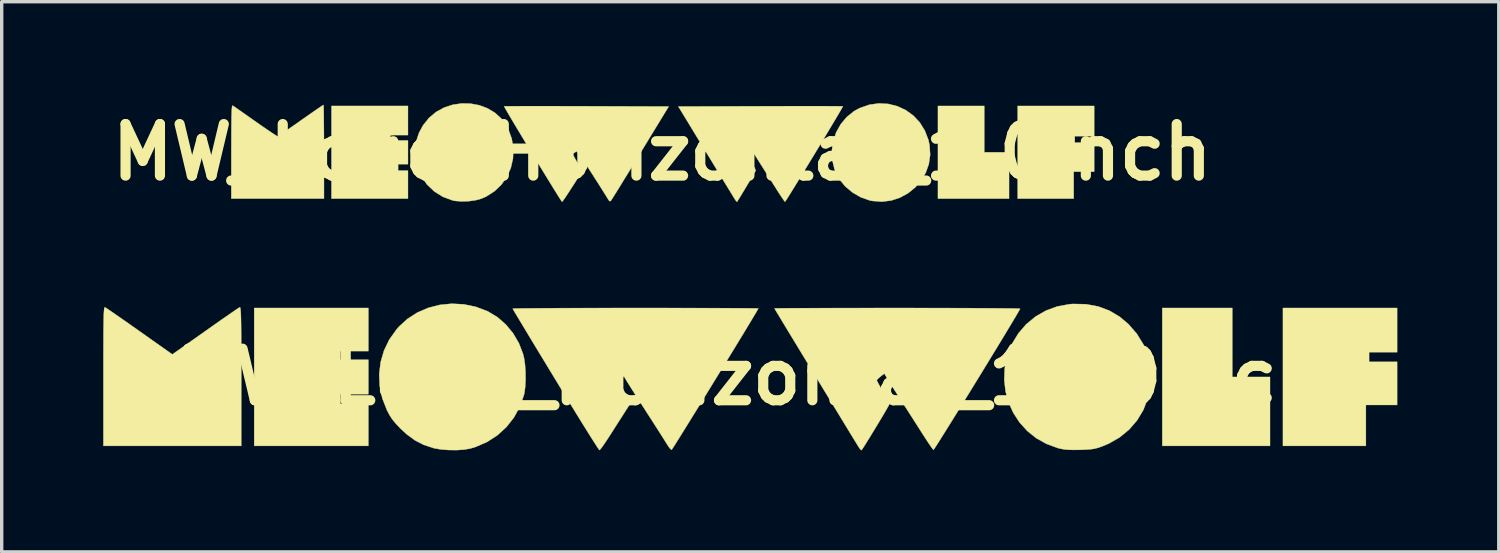
<source format=kicad_pcb>
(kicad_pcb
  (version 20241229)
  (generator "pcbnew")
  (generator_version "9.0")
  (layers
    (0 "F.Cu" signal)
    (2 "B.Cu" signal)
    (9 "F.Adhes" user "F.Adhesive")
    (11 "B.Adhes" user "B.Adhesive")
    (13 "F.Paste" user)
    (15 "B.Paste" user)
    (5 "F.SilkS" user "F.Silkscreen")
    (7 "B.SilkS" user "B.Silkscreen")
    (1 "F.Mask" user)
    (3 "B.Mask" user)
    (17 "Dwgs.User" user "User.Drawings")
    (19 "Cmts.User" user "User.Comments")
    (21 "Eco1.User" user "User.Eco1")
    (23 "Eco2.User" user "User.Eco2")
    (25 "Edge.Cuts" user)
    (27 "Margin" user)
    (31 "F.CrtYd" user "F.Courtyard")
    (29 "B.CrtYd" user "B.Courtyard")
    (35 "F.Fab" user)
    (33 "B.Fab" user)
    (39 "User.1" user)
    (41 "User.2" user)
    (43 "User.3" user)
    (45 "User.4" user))
  (footprint "MW_Logo_Horizontal_1.50inch"
    (layer "F.Cu")
    (at 19.103 8.088)
    (property "Reference" "MW_Logo_Horizontal_1.50inch" (at 0 0 0) (layer "F.SilkS") (effects (font (size 1.524 1.524) (thickness 0.3))))
    (attr through_hole)
    (fp_poly (pts (xy 14.26 0) (xy 15.374 0) (xy 15.374 2.037) (xy 12.191 2.037) (xy 12.191 -2.037) (xy 14.26 -2.037) (xy 14.26 0)) (stroke (width 0.01) (type solid)) (fill yes) (layer "F.SilkS"))
    (fp_poly (pts (xy 19.13 -0.732) (xy 18.302 -0.732) (xy 18.302 -0.446) (xy 19.13 -0.446) (xy 19.13 0.828) (xy 18.207 0.828) (xy 18.207 2.037) (xy 15.756 2.037) (xy 15.756 -2.037) (xy 19.13 -2.037) (xy 19.13 -0.732)) (stroke (width 0.01) (type solid)) (fill yes) (layer "F.SilkS"))
    (fp_poly (pts (xy -11.268 -0.764) (xy -12.095 -0.764) (xy -12.095 -0.509) (xy -11.268 -0.509) (xy -11.268 0.509) (xy -12.095 0.509) (xy -12.095 0.796) (xy -11.268 0.796) (xy -11.268 2.037) (xy -14.642 2.037) (xy -14.642 -2.037) (xy -11.268 -2.037) (xy -11.268 -0.764)) (stroke (width 0.01) (type solid)) (fill yes) (layer "F.SilkS"))
    (fp_poly (pts (xy -15.06 -2.055) (xy -15.052 -2.036) (xy -15.046 -1.996) (xy -15.04 -1.931) (xy -15.035 -1.837) (xy -15.032 -1.709) (xy -15.029 -1.543) (xy -15.027 -1.335) (xy -15.025 -1.08) (xy -15.024 -0.774) (xy -15.024 -0.413) (xy -15.024 -0.019) (xy -15.024 2.037) (xy -19.098 2.037) (xy -19.098 -0.019) (xy -19.098 -0.436) (xy -19.097 -0.794) (xy -19.096 -1.097) (xy -19.095 -1.348) (xy -19.092 -1.554) (xy -19.09 -1.718) (xy -19.086 -1.843) (xy -19.081 -1.936) (xy -19.075 -1.999) (xy -19.069 -2.038) (xy -19.06 -2.056) (xy -19.052 -2.058) (xy -19.016 -2.036) (xy -18.934 -1.982) (xy -18.813 -1.899) (xy -18.658 -1.791) (xy -18.475 -1.664) (xy -18.27 -1.52) (xy -18.05 -1.365) (xy -18.033 -1.353) (xy -17.061 -0.666) (xy -16.088 -1.353) (xy -15.867 -1.509) (xy -15.661 -1.654) (xy -15.476 -1.782) (xy -15.319 -1.891) (xy -15.195 -1.976) (xy -15.11 -2.033) (xy -15.071 -2.058) (xy -15.07 -2.058) (xy -15.06 -2.055)) (stroke (width 0.01) (type solid)) (fill yes) (layer "F.SilkS"))
    (fp_poly (pts (xy 9.938 -2.149) (xy 10.296 -2.083) (xy 10.628 -1.959) (xy 10.933 -1.778) (xy 11.192 -1.56) (xy 11.438 -1.276) (xy 11.63 -0.965) (xy 11.765 -0.632) (xy 11.841 -0.282) (xy 11.857 0.079) (xy 11.842 0.261) (xy 11.764 0.632) (xy 11.632 0.974) (xy 11.447 1.282) (xy 11.213 1.553) (xy 10.933 1.784) (xy 10.61 1.969) (xy 10.428 2.046) (xy 10.31 2.088) (xy 10.208 2.116) (xy 10.103 2.134) (xy 9.975 2.145) (xy 9.807 2.152) (xy 9.756 2.154) (xy 9.561 2.156) (xy 9.411 2.152) (xy 9.288 2.14) (xy 9.172 2.118) (xy 9.108 2.102) (xy 8.77 1.979) (xy 8.465 1.808) (xy 8.199 1.594) (xy 7.972 1.343) (xy 7.789 1.061) (xy 7.65 0.754) (xy 7.56 0.429) (xy 7.521 0.09) (xy 7.535 -0.255) (xy 7.604 -0.601) (xy 7.733 -0.942) (xy 7.75 -0.978) (xy 7.939 -1.289) (xy 8.172 -1.559) (xy 8.446 -1.784) (xy 8.753 -1.96) (xy 9.088 -2.083) (xy 9.446 -2.149) (xy 9.552 -2.157) (xy 9.938 -2.149)) (stroke (width 0.01) (type solid)) (fill yes) (layer "F.SilkS"))
    (fp_poly (pts (xy -8.45 -2.146) (xy -8.095 -2.073) (xy -7.752 -1.943) (xy -7.735 -1.935) (xy -7.455 -1.767) (xy -7.205 -1.548) (xy -6.991 -1.289) (xy -6.82 -0.998) (xy -6.7 -0.686) (xy -6.668 -0.557) (xy -6.641 -0.372) (xy -6.625 -0.156) (xy -6.623 0.07) (xy -6.633 0.283) (xy -6.656 0.465) (xy -6.669 0.526) (xy -6.791 0.877) (xy -6.966 1.197) (xy -7.189 1.481) (xy -7.456 1.724) (xy -7.76 1.921) (xy -8.098 2.068) (xy -8.259 2.116) (xy -8.444 2.148) (xy -8.667 2.162) (xy -8.905 2.159) (xy -9.136 2.14) (xy -9.337 2.104) (xy -9.351 2.1) (xy -9.637 2.005) (xy -9.892 1.873) (xy -10.134 1.696) (xy -10.314 1.53) (xy -10.452 1.385) (xy -10.555 1.261) (xy -10.637 1.137) (xy -10.713 0.995) (xy -10.717 0.987) (xy -10.855 0.636) (xy -10.931 0.278) (xy -10.948 -0.082) (xy -10.906 -0.436) (xy -10.806 -0.779) (xy -10.649 -1.105) (xy -10.435 -1.406) (xy -10.371 -1.48) (xy -10.114 -1.715) (xy -9.821 -1.903) (xy -9.501 -2.041) (xy -9.16 -2.129) (xy -8.807 -2.164) (xy -8.45 -2.146)) (stroke (width 0.01) (type solid)) (fill yes) (layer "F.SilkS"))
    (fp_poly (pts (xy -2.899 -2.037) (xy -2.442 -2.037) (xy -2.008 -2.036) (xy -1.599 -2.035) (xy -1.221 -2.034) (xy -0.877 -2.033) (xy -0.57 -2.032) (xy -0.306 -2.031) (xy -0.088 -2.029) (xy 0.08 -2.027) (xy 0.194 -2.026) (xy 0.249 -2.024) (xy 0.255 -2.023) (xy 0.238 -1.992) (xy 0.192 -1.912) (xy 0.118 -1.788) (xy 0.02 -1.625) (xy -0.098 -1.428) (xy -0.235 -1.203) (xy -0.386 -0.955) (xy -0.549 -0.688) (xy -0.721 -0.407) (xy -0.898 -0.118) (xy -1.077 0.173) (xy -1.255 0.463) (xy -1.429 0.747) (xy -1.596 1.017) (xy -1.753 1.271) (xy -1.897 1.503) (xy -2.024 1.707) (xy -2.131 1.879) (xy -2.216 2.014) (xy -2.275 2.105) (xy -2.305 2.15) (xy -2.308 2.153) (xy -2.339 2.133) (xy -2.39 2.07) (xy -2.449 1.98) (xy -2.494 1.907) (xy -2.569 1.788) (xy -2.667 1.633) (xy -2.783 1.452) (xy -2.912 1.251) (xy -3.048 1.041) (xy -3.072 1.003) (xy -3.207 0.793) (xy -3.335 0.594) (xy -3.45 0.414) (xy -3.547 0.26) (xy -3.622 0.142) (xy -3.668 0.066) (xy -3.673 0.057) (xy -3.761 -0.093) (xy -3.886 -0.011) (xy -4.011 0.072) (xy -3.952 0.171) (xy -3.91 0.242) (xy -3.846 0.349) (xy -3.77 0.476) (xy -3.725 0.551) (xy -3.558 0.831) (xy -3.715 1.076) (xy -3.79 1.194) (xy -3.889 1.348) (xy -3.999 1.52) (xy -4.109 1.693) (xy -4.14 1.741) (xy -4.234 1.885) (xy -4.317 2.008) (xy -4.384 2.1) (xy -4.428 2.153) (xy -4.44 2.162) (xy -4.461 2.135) (xy -4.513 2.059) (xy -4.592 1.936) (xy -4.697 1.771) (xy -4.824 1.568) (xy -4.971 1.332) (xy -5.135 1.066) (xy -5.314 0.775) (xy -5.505 0.463) (xy -5.706 0.134) (xy -5.737 0.082) (xy -5.939 -0.249) (xy -6.13 -0.565) (xy -6.31 -0.86) (xy -6.474 -1.132) (xy -6.62 -1.375) (xy -6.747 -1.585) (xy -6.851 -1.759) (xy -6.93 -1.891) (xy -6.981 -1.978) (xy -7.002 -2.016) (xy -7.003 -2.017) (xy -6.971 -2.02) (xy -6.881 -2.022) (xy -6.734 -2.025) (xy -6.536 -2.027) (xy -6.29 -2.029) (xy -6 -2.031) (xy -5.671 -2.033) (xy -5.306 -2.034) (xy -4.909 -2.035) (xy -4.485 -2.036) (xy -4.036 -2.037) (xy -3.568 -2.037) (xy -3.374 -2.037) (xy -2.899 -2.037)) (stroke (width 0.01) (type solid)) (fill yes) (layer "F.SilkS"))
    (fp_poly (pts (xy 4.836 -2.037) (xy 5.292 -2.036) (xy 5.727 -2.036) (xy 6.135 -2.034) (xy 6.514 -2.033) (xy 6.858 -2.031) (xy 7.164 -2.029) (xy 7.428 -2.027) (xy 7.646 -2.025) (xy 7.814 -2.023) (xy 7.928 -2.02) (xy 7.984 -2.017) (xy 7.989 -2.016) (xy 7.973 -1.983) (xy 7.927 -1.902) (xy 7.853 -1.776) (xy 7.756 -1.613) (xy 7.637 -1.416) (xy 7.501 -1.19) (xy 7.35 -0.941) (xy 7.187 -0.674) (xy 7.016 -0.394) (xy 6.84 -0.106) (xy 6.661 0.185) (xy 6.483 0.475) (xy 6.309 0.757) (xy 6.142 1.027) (xy 5.986 1.279) (xy 5.842 1.51) (xy 5.715 1.713) (xy 5.608 1.884) (xy 5.523 2.017) (xy 5.463 2.108) (xy 5.433 2.151) (xy 5.43 2.154) (xy 5.404 2.125) (xy 5.351 2.052) (xy 5.276 1.942) (xy 5.186 1.805) (xy 5.109 1.685) (xy 4.988 1.496) (xy 4.847 1.275) (xy 4.699 1.043) (xy 4.557 0.822) (xy 4.485 0.711) (xy 4.375 0.539) (xy 4.27 0.375) (xy 4.179 0.231) (xy 4.108 0.117) (xy 4.066 0.049) (xy 3.978 -0.099) (xy 3.867 -0.014) (xy 3.799 0.044) (xy 3.76 0.088) (xy 3.756 0.099) (xy 3.771 0.136) (xy 3.813 0.215) (xy 3.875 0.325) (xy 3.948 0.45) (xy 4.022 0.578) (xy 4.082 0.687) (xy 4.12 0.764) (xy 4.131 0.798) (xy 4.108 0.842) (xy 4.059 0.929) (xy 3.989 1.05) (xy 3.903 1.195) (xy 3.807 1.356) (xy 3.706 1.523) (xy 3.605 1.688) (xy 3.511 1.841) (xy 3.428 1.975) (xy 3.362 2.079) (xy 3.319 2.145) (xy 3.303 2.164) (xy 3.271 2.141) (xy 3.234 2.093) (xy 3.199 2.037) (xy 3.136 1.935) (xy 3.048 1.791) (xy 2.939 1.612) (xy 2.81 1.401) (xy 2.666 1.164) (xy 2.509 0.906) (xy 2.343 0.633) (xy 2.17 0.349) (xy 1.994 0.06) (xy 1.818 -0.23) (xy 1.645 -0.515) (xy 1.478 -0.79) (xy 1.32 -1.05) (xy 1.174 -1.29) (xy 1.044 -1.505) (xy 0.933 -1.69) (xy 0.843 -1.839) (xy 0.777 -1.947) (xy 0.74 -2.01) (xy 0.732 -2.024) (xy 0.763 -2.026) (xy 0.854 -2.028) (xy 1.001 -2.029) (xy 1.199 -2.031) (xy 1.445 -2.032) (xy 1.734 -2.033) (xy 2.064 -2.034) (xy 2.429 -2.035) (xy 2.825 -2.036) (xy 3.25 -2.036) (xy 3.698 -2.037) (xy 4.166 -2.037) (xy 4.361 -2.037) (xy 4.836 -2.037)) (stroke (width 0.01) (type solid)) (fill yes) (layer "F.SilkS")))
  (footprint "MW_Logo_Horizontal_1.0inch"
    (layer "F.Cu")
    (at 16.517 1.45)
    (property "Reference" "MW_Logo_Horizontal_1.0inch" (at 0 0 0) (layer "F.SilkS") (effects (font (size 1.524 1.524) (thickness 0.3))))
    (attr through_hole)
    (fp_poly (pts (xy 9.517 0) (xy 10.249 0) (xy 10.249 1.369) (xy 8.148 1.369) (xy 8.148 -1.369) (xy 9.517 -1.369) (xy 9.517 0)) (stroke (width 0.01) (type solid)) (fill yes) (layer "F.SilkS"))
    (fp_poly (pts (xy 12.764 -0.477) (xy 12.191 -0.477) (xy 12.191 -0.286) (xy 12.764 -0.286) (xy 12.764 0.573) (xy 12.159 0.573) (xy 12.159 1.369) (xy 10.504 1.369) (xy 10.504 -1.369) (xy 12.764 -1.369) (xy 12.764 -0.477)) (stroke (width 0.01) (type solid)) (fill yes) (layer "F.SilkS"))
    (fp_poly (pts (xy -7.512 -0.509) (xy -7.782 -0.509) (xy -7.913 -0.509) (xy -7.993 -0.504) (xy -8.035 -0.492) (xy -8.05 -0.468) (xy -8.053 -0.43) (xy -8.05 -0.391) (xy -8.035 -0.368) (xy -7.993 -0.355) (xy -7.912 -0.351) (xy -7.782 -0.35) (xy -7.512 -0.35) (xy -7.512 0.35) (xy -8.053 0.35) (xy -8.053 0.541) (xy -7.512 0.541) (xy -7.512 1.369) (xy -9.772 1.369) (xy -9.772 -1.369) (xy -7.512 -1.369) (xy -7.512 -0.509)) (stroke (width 0.01) (type solid)) (fill yes) (layer "F.SilkS"))
    (fp_poly (pts (xy 6.682 -1.429) (xy 6.95 -1.361) (xy 7.199 -1.245) (xy 7.422 -1.083) (xy 7.612 -0.88) (xy 7.762 -0.638) (xy 7.867 -0.363) (xy 7.9 -0.209) (xy 7.918 0.076) (xy 7.878 0.35) (xy 7.787 0.605) (xy 7.65 0.837) (xy 7.474 1.041) (xy 7.264 1.21) (xy 7.026 1.34) (xy 6.767 1.425) (xy 6.492 1.459) (xy 6.207 1.437) (xy 6.122 1.419) (xy 5.863 1.327) (xy 5.618 1.184) (xy 5.403 1.002) (xy 5.232 0.791) (xy 5.215 0.764) (xy 5.092 0.503) (xy 5.025 0.23) (xy 5.013 -0.049) (xy 5.052 -0.324) (xy 5.14 -0.587) (xy 5.275 -0.829) (xy 5.453 -1.042) (xy 5.673 -1.218) (xy 5.832 -1.305) (xy 6.117 -1.405) (xy 6.402 -1.445) (xy 6.682 -1.429)) (stroke (width 0.01) (type solid)) (fill yes) (layer "F.SilkS"))
    (fp_poly (pts (xy -5.668 -1.439) (xy -5.41 -1.392) (xy -5.165 -1.301) (xy -4.942 -1.168) (xy -4.749 -0.992) (xy -4.593 -0.775) (xy -4.55 -0.691) (xy -4.445 -0.399) (xy -4.399 -0.106) (xy -4.409 0.183) (xy -4.472 0.46) (xy -4.585 0.717) (xy -4.745 0.949) (xy -4.951 1.148) (xy -5.198 1.306) (xy -5.346 1.371) (xy -5.516 1.417) (xy -5.72 1.445) (xy -5.93 1.452) (xy -6.12 1.436) (xy -6.192 1.422) (xy -6.478 1.317) (xy -6.733 1.158) (xy -6.95 0.952) (xy -7.122 0.703) (xy -7.153 0.643) (xy -7.208 0.529) (xy -7.243 0.437) (xy -7.264 0.346) (xy -7.276 0.235) (xy -7.282 0.084) (xy -7.283 0.066) (xy -7.279 -0.182) (xy -7.248 -0.39) (xy -7.184 -0.579) (xy -7.082 -0.77) (xy -7.062 -0.802) (xy -6.888 -1.019) (xy -6.68 -1.192) (xy -6.447 -1.32) (xy -6.195 -1.404) (xy -5.932 -1.443) (xy -5.668 -1.439)) (stroke (width 0.01) (type solid)) (fill yes) (layer "F.SilkS"))
    (fp_poly (pts (xy -10.006 -1.37) (xy -10.003 -1.282) (xy -10.001 -1.143) (xy -9.999 -0.96) (xy -9.997 -0.739) (xy -9.995 -0.487) (xy -9.995 -0.21) (xy -9.994 -0.016) (xy -9.994 1.369) (xy -12.732 1.369) (xy -12.732 -0.018) (xy -12.731 -0.362) (xy -12.73 -0.648) (xy -12.728 -0.879) (xy -12.725 -1.06) (xy -12.721 -1.196) (xy -12.716 -1.291) (xy -12.709 -1.35) (xy -12.7 -1.378) (xy -12.692 -1.38) (xy -12.656 -1.356) (xy -12.575 -1.3) (xy -12.458 -1.219) (xy -12.311 -1.116) (xy -12.144 -0.998) (xy -12.017 -0.909) (xy -11.84 -0.785) (xy -11.68 -0.675) (xy -11.545 -0.584) (xy -11.442 -0.516) (xy -11.377 -0.477) (xy -11.359 -0.469) (xy -11.328 -0.488) (xy -11.252 -0.54) (xy -11.139 -0.618) (xy -10.995 -0.718) (xy -10.828 -0.834) (xy -10.681 -0.938) (xy -10.501 -1.064) (xy -10.339 -1.177) (xy -10.202 -1.272) (xy -10.097 -1.344) (xy -10.03 -1.388) (xy -10.01 -1.401) (xy -10.006 -1.37)) (stroke (width 0.01) (type solid)) (fill yes) (layer "F.SilkS"))
    (fp_poly (pts (xy 4.599 -1.363) (xy 4.843 -1.363) (xy 5.044 -1.362) (xy 5.196 -1.361) (xy 5.296 -1.359) (xy 5.337 -1.358) (xy 5.338 -1.357) (xy 5.324 -1.329) (xy 5.281 -1.252) (xy 5.212 -1.134) (xy 5.121 -0.98) (xy 5.011 -0.796) (xy 4.887 -0.589) (xy 4.753 -0.365) (xy 4.611 -0.13) (xy 4.466 0.109) (xy 4.321 0.347) (xy 4.18 0.578) (xy 4.048 0.794) (xy 3.927 0.991) (xy 3.822 1.161) (xy 3.736 1.299) (xy 3.672 1.399) (xy 3.636 1.453) (xy 3.629 1.462) (xy 3.607 1.437) (xy 3.558 1.367) (xy 3.488 1.263) (xy 3.405 1.134) (xy 3.377 1.089) (xy 3.263 0.909) (xy 3.131 0.702) (xy 3 0.494) (xy 2.897 0.331) (xy 2.653 -0.054) (xy 2.581 0.004) (xy 2.509 0.063) (xy 2.64 0.291) (xy 2.699 0.398) (xy 2.742 0.483) (xy 2.762 0.533) (xy 2.762 0.539) (xy 2.74 0.582) (xy 2.692 0.664) (xy 2.627 0.776) (xy 2.55 0.906) (xy 2.468 1.044) (xy 2.387 1.178) (xy 2.315 1.298) (xy 2.256 1.392) (xy 2.219 1.451) (xy 2.209 1.464) (xy 2.186 1.441) (xy 2.151 1.393) (xy 2.126 1.352) (xy 2.071 1.262) (xy 1.99 1.129) (xy 1.885 0.959) (xy 1.761 0.756) (xy 1.622 0.527) (xy 1.469 0.276) (xy 1.307 0.011) (xy 1.291 -0.016) (xy 0.477 -1.353) (xy 2.901 -1.361) (xy 3.288 -1.362) (xy 3.656 -1.363) (xy 4.001 -1.363) (xy 4.317 -1.363) (xy 4.599 -1.363)) (stroke (width 0.01) (type solid)) (fill yes) (layer "F.SilkS"))
    (fp_poly (pts (xy -3.377 -1.363) (xy -3.036 -1.363) (xy -2.671 -1.362) (xy -2.286 -1.361) (xy -2.233 -1.361) (xy 0.192 -1.353) (xy -0.65 0.028) (xy -0.814 0.297) (xy -0.969 0.551) (xy -1.112 0.782) (xy -1.238 0.988) (xy -1.345 1.161) (xy -1.43 1.297) (xy -1.489 1.39) (xy -1.52 1.436) (xy -1.522 1.439) (xy -1.559 1.442) (xy -1.593 1.396) (xy -1.622 1.348) (xy -1.679 1.255) (xy -1.76 1.127) (xy -1.858 0.971) (xy -1.969 0.798) (xy -2.021 0.716) (xy -2.136 0.537) (xy -2.24 0.373) (xy -2.329 0.232) (xy -2.397 0.123) (xy -2.439 0.055) (xy -2.447 0.04) (xy -2.489 -0.019) (xy -2.534 -0.024) (xy -2.593 0.011) (xy -2.62 0.036) (xy -2.628 0.065) (xy -2.613 0.114) (xy -2.571 0.193) (xy -2.516 0.29) (xy -2.453 0.401) (xy -2.405 0.492) (xy -2.38 0.548) (xy -2.378 0.557) (xy -2.394 0.592) (xy -2.438 0.669) (xy -2.503 0.776) (xy -2.581 0.902) (xy -2.668 1.036) (xy -2.754 1.169) (xy -2.833 1.289) (xy -2.899 1.385) (xy -2.944 1.446) (xy -2.96 1.463) (xy -2.979 1.436) (xy -3.028 1.36) (xy -3.104 1.24) (xy -3.203 1.081) (xy -3.322 0.887) (xy -3.459 0.664) (xy -3.61 0.418) (xy -3.772 0.152) (xy -3.829 0.058) (xy -3.993 -0.212) (xy -4.146 -0.467) (xy -4.286 -0.699) (xy -4.408 -0.904) (xy -4.511 -1.077) (xy -4.59 -1.213) (xy -4.644 -1.307) (xy -4.668 -1.353) (xy -4.669 -1.357) (xy -4.636 -1.359) (xy -4.545 -1.36) (xy -4.399 -1.362) (xy -4.205 -1.363) (xy -3.966 -1.363) (xy -3.689 -1.363) (xy -3.377 -1.363)) (stroke (width 0.01) (type solid)) (fill yes) (layer "F.SilkS")))
  (gr_rect
    (start -3 -3)
    (end 41.237 13.257)
    (stroke (width 0.1) (type default))
    (fill no)
    (layer "Edge.Cuts")))
</source>
